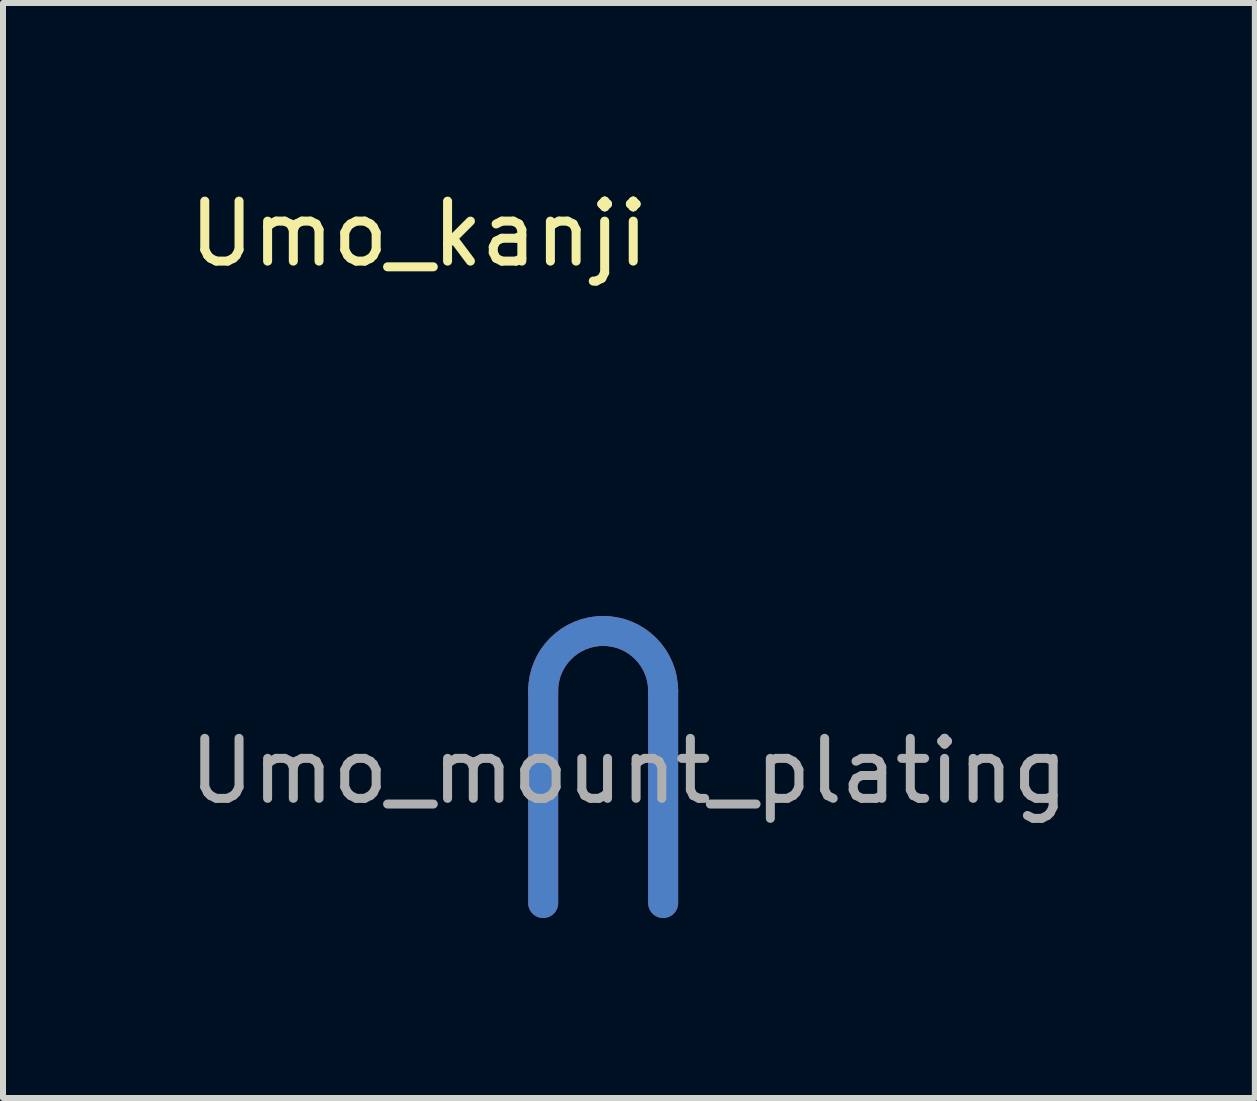
<source format=kicad_pcb>
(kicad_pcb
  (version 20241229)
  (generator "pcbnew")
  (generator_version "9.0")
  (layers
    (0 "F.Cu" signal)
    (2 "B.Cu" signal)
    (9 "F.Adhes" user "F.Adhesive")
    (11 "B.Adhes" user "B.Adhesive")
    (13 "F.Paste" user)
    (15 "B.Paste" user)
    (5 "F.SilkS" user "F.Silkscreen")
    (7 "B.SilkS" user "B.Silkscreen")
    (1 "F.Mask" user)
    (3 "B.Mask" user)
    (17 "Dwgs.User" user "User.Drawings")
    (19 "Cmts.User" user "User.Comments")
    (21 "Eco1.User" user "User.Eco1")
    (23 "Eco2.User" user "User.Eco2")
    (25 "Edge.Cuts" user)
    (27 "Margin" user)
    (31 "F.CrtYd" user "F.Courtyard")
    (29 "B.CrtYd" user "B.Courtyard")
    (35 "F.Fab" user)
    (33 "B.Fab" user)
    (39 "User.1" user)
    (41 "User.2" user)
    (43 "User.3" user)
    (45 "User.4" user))
  (footprint "Umo_kanji"
    (layer "F.Cu")
    (at 3.935 0.348)
    (property "Reference" "Umo_kanji" (at 0 0.5 0) (layer "F.SilkS") (effects (font (size 1 1) (thickness 0.15))))
    (attr through_hole)
    (fp_line (start -3.138 3.146) (end -2.281 2.666) (stroke (width 0.1) (type solid)) (layer "F.Mask"))
    (fp_line (start -3.05 3.15) (end -2.34 2.77) (stroke (width 0.12) (type solid)) (layer "F.Mask"))
    (fp_line (start -2.998 1.597) (end -1.943 1.597) (stroke (width 0.1) (type solid)) (layer "F.Mask"))
    (fp_line (start -2.998 1.793) (end -2.998 1.597) (stroke (width 0.1) (type solid)) (layer "F.Mask"))
    (fp_line (start -2.996 2.038) (end -2.824 1.923) (stroke (width 0.1) (type solid)) (layer "F.Mask"))
    (fp_line (start -2.98 1.64) (end -1.98 1.65) (stroke (width 0.12) (type solid)) (layer "F.Mask"))
    (fp_line (start -2.976 3.309) (end -3.138 3.146) (stroke (width 0.1) (type solid)) (layer "F.Mask"))
    (fp_line (start -2.86 1.99) (end -2.43 2.49) (stroke (width 0.12) (type solid)) (layer "F.Mask"))
    (fp_line (start -2.824 1.923) (end -2.341 2.514) (stroke (width 0.1) (type solid)) (layer "F.Mask"))
    (fp_line (start -2.517 2.613) (end -2.996 2.038) (stroke (width 0.1) (type solid)) (layer "F.Mask"))
    (fp_line (start -2.51 2.53) (end -2.91 2.06) (stroke (width 0.12) (type solid)) (layer "F.Mask"))
    (fp_line (start -2.509 3.62) (end -2.293 3.628) (stroke (width 0.1) (type solid)) (layer "F.Mask"))
    (fp_line (start -2.44 3.67) (end -2.26 3.67) (stroke (width 0.12) (type solid)) (layer "F.Mask"))
    (fp_line (start -2.44 3.82) (end -2.509 3.62) (stroke (width 0.1) (type solid)) (layer "F.Mask"))
    (fp_line (start -2.43 2.49) (end -2.51 2.53) (stroke (width 0.12) (type solid)) (layer "F.Mask"))
    (fp_line (start -2.38 2.88) (end -2.98 3.21) (stroke (width 0.12) (type solid)) (layer "F.Mask"))
    (fp_line (start -2.38 3.75) (end -2.44 3.67) (stroke (width 0.12) (type solid)) (layer "F.Mask"))
    (fp_line (start -2.341 2.514) (end -2.517 2.613) (stroke (width 0.1) (type solid)) (layer "F.Mask"))
    (fp_line (start -2.34 2.77) (end -2.38 2.88) (stroke (width 0.12) (type solid)) (layer "F.Mask"))
    (fp_line (start -2.293 3.628) (end -2.145 3.521) (stroke (width 0.1) (type solid)) (layer "F.Mask"))
    (fp_line (start -2.281 2.666) (end -2.281 2.888) (stroke (width 0.1) (type solid)) (layer "F.Mask"))
    (fp_line (start -2.281 2.888) (end -2.976 3.309) (stroke (width 0.1) (type solid)) (layer "F.Mask"))
    (fp_line (start -2.26 3.67) (end -2.11 3.59) (stroke (width 0.12) (type solid)) (layer "F.Mask"))
    (fp_line (start -2.242 3.817) (end -2.44 3.82) (stroke (width 0.1) (type solid)) (layer "F.Mask"))
    (fp_line (start -2.22 3.74) (end -2.38 3.75) (stroke (width 0.12) (type solid)) (layer "F.Mask"))
    (fp_line (start -2.145 1.793) (end -2.998 1.793) (stroke (width 0.1) (type solid)) (layer "F.Mask"))
    (fp_line (start -2.145 3.521) (end -2.145 1.793) (stroke (width 0.1) (type solid)) (layer "F.Mask"))
    (fp_line (start -2.11 3.59) (end -2.06 3.42) (stroke (width 0.12) (type solid)) (layer "F.Mask"))
    (fp_line (start -2.08 3.05) (end -2.07 1.71) (stroke (width 0.12) (type solid)) (layer "F.Mask"))
    (fp_line (start -2.07 1.71) (end -2.93 1.72) (stroke (width 0.12) (type solid)) (layer "F.Mask"))
    (fp_line (start -2.06 3.42) (end -2.08 3.05) (stroke (width 0.12) (type solid)) (layer "F.Mask"))
    (fp_line (start -2.04 3.65) (end -2.22 3.74) (stroke (width 0.12) (type solid)) (layer "F.Mask"))
    (fp_line (start -2.009 3.729) (end -2.242 3.817) (stroke (width 0.1) (type solid)) (layer "F.Mask"))
    (fp_line (start -1.98 1.65) (end -1.98 3.52) (stroke (width 0.12) (type solid)) (layer "F.Mask"))
    (fp_line (start -1.98 3.52) (end -2.04 3.65) (stroke (width 0.12) (type solid)) (layer "F.Mask"))
    (fp_line (start -1.943 1.597) (end -1.943 3.562) (stroke (width 0.1) (type solid)) (layer "F.Mask"))
    (fp_line (start -1.943 3.562) (end -2.009 3.729) (stroke (width 0.1) (type solid)) (layer "F.Mask"))
    (fp_line (start -1.828 3.122) (end -1.306 2.841) (stroke (width 0.1) (type solid)) (layer "F.Mask"))
    (fp_line (start -1.75 3.11) (end -1.65 3.18) (stroke (width 0.12) (type solid)) (layer "F.Mask"))
    (fp_line (start -1.702 1.595) (end -0.68 1.595) (stroke (width 0.1) (type solid)) (layer "F.Mask"))
    (fp_line (start -1.702 1.791) (end -1.702 1.595) (stroke (width 0.1) (type solid)) (layer "F.Mask"))
    (fp_line (start -1.69 1.999) (end -1.522 1.897) (stroke (width 0.1) (type solid)) (layer "F.Mask"))
    (fp_line (start -1.665 3.266) (end -1.828 3.122) (stroke (width 0.1) (type solid)) (layer "F.Mask"))
    (fp_line (start -1.66 1.66) (end -0.73 1.66) (stroke (width 0.12) (type solid)) (layer "F.Mask"))
    (fp_line (start -1.65 3.18) (end -1.06 2.88) (stroke (width 0.12) (type solid)) (layer "F.Mask"))
    (fp_line (start -1.55 1.96) (end -1.16 2.48) (stroke (width 0.12) (type solid)) (layer "F.Mask"))
    (fp_line (start -1.522 1.897) (end -1.075 2.512) (stroke (width 0.1) (type solid)) (layer "F.Mask"))
    (fp_line (start -1.459 3.152) (end -1.665 3.266) (stroke (width 0.1) (type solid)) (layer "F.Mask"))
    (fp_line (start -1.306 2.841) (end -1.014 2.676) (stroke (width 0.1) (type solid)) (layer "F.Mask"))
    (fp_line (start -1.28 2.5) (end -1.59 2.02) (stroke (width 0.12) (type solid)) (layer "F.Mask"))
    (fp_line (start -1.261 2.597) (end -1.69 1.999) (stroke (width 0.1) (type solid)) (layer "F.Mask"))
    (fp_line (start -1.252 3.618) (end -1.047 3.626) (stroke (width 0.1) (type solid)) (layer "F.Mask"))
    (fp_line (start -1.185 3.818) (end -1.252 3.618) (stroke (width 0.1) (type solid)) (layer "F.Mask"))
    (fp_line (start -1.16 2.48) (end -1.28 2.5) (stroke (width 0.12) (type solid)) (layer "F.Mask"))
    (fp_line (start -1.13 3.69) (end -0.95 3.64) (stroke (width 0.12) (type solid)) (layer "F.Mask"))
    (fp_line (start -1.12 3.74) (end -1.13 3.69) (stroke (width 0.12) (type solid)) (layer "F.Mask"))
    (fp_line (start -1.075 2.512) (end -1.261 2.597) (stroke (width 0.1) (type solid)) (layer "F.Mask"))
    (fp_line (start -1.07 2.76) (end -1.66 3.08) (stroke (width 0.12) (type solid)) (layer "F.Mask"))
    (fp_line (start -1.06 2.88) (end -1.07 2.76) (stroke (width 0.12) (type solid)) (layer "F.Mask"))
    (fp_line (start -1.047 3.626) (end -0.884 3.549) (stroke (width 0.1) (type solid)) (layer "F.Mask"))
    (fp_line (start -1.014 2.676) (end -1.014 2.901) (stroke (width 0.1) (type solid)) (layer "F.Mask"))
    (fp_line (start -1.014 2.901) (end -1.459 3.152) (stroke (width 0.1) (type solid)) (layer "F.Mask"))
    (fp_line (start -0.988 3.818) (end -1.185 3.818) (stroke (width 0.1) (type solid)) (layer "F.Mask"))
    (fp_line (start -0.95 3.64) (end -0.85 3.58) (stroke (width 0.12) (type solid)) (layer "F.Mask"))
    (fp_line (start -0.9 3.72) (end -1.12 3.74) (stroke (width 0.12) (type solid)) (layer "F.Mask"))
    (fp_line (start -0.884 1.791) (end -1.702 1.791) (stroke (width 0.1) (type solid)) (layer "F.Mask"))
    (fp_line (start -0.884 3.549) (end -0.884 1.791) (stroke (width 0.1) (type solid)) (layer "F.Mask"))
    (fp_line (start -0.85 3.58) (end -0.82 1.74) (stroke (width 0.12) (type solid)) (layer "F.Mask"))
    (fp_line (start -0.82 1.74) (end -1.65 1.73) (stroke (width 0.12) (type solid)) (layer "F.Mask"))
    (fp_line (start -0.78 3.66) (end -0.9 3.72) (stroke (width 0.12) (type solid)) (layer "F.Mask"))
    (fp_line (start -0.752 3.729) (end -0.988 3.818) (stroke (width 0.1) (type solid)) (layer "F.Mask"))
    (fp_line (start -0.73 1.66) (end -0.73 3.53) (stroke (width 0.12) (type solid)) (layer "F.Mask"))
    (fp_line (start -0.73 3.53) (end -0.78 3.66) (stroke (width 0.12) (type solid)) (layer "F.Mask"))
    (fp_line (start -0.68 1.595) (end -0.68 3.546) (stroke (width 0.1) (type solid)) (layer "F.Mask"))
    (fp_line (start -0.68 3.546) (end -0.752 3.729) (stroke (width 0.1) (type solid)) (layer "F.Mask"))
    (fp_line (start 0.139 1.78) (end 2.018 1.499) (stroke (width 0.1) (type solid)) (layer "F.Mask"))
    (fp_line (start 0.16 2.994) (end 1.04 2.891) (stroke (width 0.1) (type solid)) (layer "F.Mask"))
    (fp_line (start 0.185 3.198) (end 0.16 2.994) (stroke (width 0.1) (type solid)) (layer "F.Mask"))
    (fp_line (start 0.21 3.05) (end 1.19 2.96) (stroke (width 0.12) (type solid)) (layer "F.Mask"))
    (fp_line (start 0.22 1.83) (end 2.02 1.54) (stroke (width 0.12) (type solid)) (layer "F.Mask"))
    (fp_line (start 0.265 1.982) (end 0.139 1.78) (stroke (width 0.1) (type solid)) (layer "F.Mask"))
    (fp_line (start 0.286 2.38) (end 1.04 2.292) (stroke (width 0.1) (type solid)) (layer "F.Mask"))
    (fp_line (start 0.29 1.89) (end 1.61 1.73) (stroke (width 0.12) (type solid)) (layer "F.Mask"))
    (fp_line (start 0.303 2.581) (end 0.286 2.38) (stroke (width 0.1) (type solid)) (layer "F.Mask"))
    (fp_line (start 0.35 2.41) (end 2.02 2.24) (stroke (width 0.12) (type solid)) (layer "F.Mask"))
    (fp_line (start 0.91 1.89) (end 1.13 1.86) (stroke (width 0.12) (type solid)) (layer "F.Mask"))
    (fp_line (start 1.04 1.918) (end 0.265 1.982) (stroke (width 0.1) (type solid)) (layer "F.Mask"))
    (fp_line (start 1.04 2.292) (end 1.04 1.918) (stroke (width 0.1) (type solid)) (layer "F.Mask"))
    (fp_line (start 1.04 2.495) (end 0.303 2.581) (stroke (width 0.1) (type solid)) (layer "F.Mask"))
    (fp_line (start 1.04 2.891) (end 1.04 2.495) (stroke (width 0.1) (type solid)) (layer "F.Mask"))
    (fp_line (start 1.04 3.096) (end 0.185 3.198) (stroke (width 0.1) (type solid)) (layer "F.Mask"))
    (fp_line (start 1.04 3.489) (end 1.04 3.096) (stroke (width 0.1) (type solid)) (layer "F.Mask"))
    (fp_line (start 1.07 3.02) (end 0.24 3.12) (stroke (width 0.12) (type solid)) (layer "F.Mask"))
    (fp_line (start 1.13 1.86) (end 1.14 3.47) (stroke (width 0.12) (type solid)) (layer "F.Mask"))
    (fp_line (start 1.14 3.47) (end 1.29 3.62) (stroke (width 0.12) (type solid)) (layer "F.Mask"))
    (fp_line (start 1.19 1.78) (end 1.2 2.21) (stroke (width 0.12) (type solid)) (layer "F.Mask"))
    (fp_line (start 1.19 2.89) (end 2.25 2.82) (stroke (width 0.12) (type solid)) (layer "F.Mask"))
    (fp_line (start 1.243 1.892) (end 1.243 2.273) (stroke (width 0.1) (type solid)) (layer "F.Mask"))
    (fp_line (start 1.243 2.273) (end 2.074 2.18) (stroke (width 0.1) (type solid)) (layer "F.Mask"))
    (fp_line (start 1.243 2.474) (end 1.243 2.866) (stroke (width 0.1) (type solid)) (layer "F.Mask"))
    (fp_line (start 1.243 2.866) (end 2.312 2.752) (stroke (width 0.1) (type solid)) (layer "F.Mask"))
    (fp_line (start 1.243 3.091) (end 1.243 3.457) (stroke (width 0.1) (type solid)) (layer "F.Mask"))
    (fp_line (start 1.243 3.457) (end 1.355 3.562) (stroke (width 0.1) (type solid)) (layer "F.Mask"))
    (fp_line (start 1.29 3.62) (end 1.64 3.62) (stroke (width 0.12) (type solid)) (layer "F.Mask"))
    (fp_line (start 1.315 3.756) (end 1.04 3.489) (stroke (width 0.1) (type solid)) (layer "F.Mask"))
    (fp_line (start 1.355 3.562) (end 2.049 3.562) (stroke (width 0.1) (type solid)) (layer "F.Mask"))
    (fp_line (start 1.61 1.73) (end 0.91 1.89) (stroke (width 0.12) (type solid)) (layer "F.Mask"))
    (fp_line (start 1.64 3.62) (end 2.04 3.59) (stroke (width 0.12) (type solid)) (layer "F.Mask"))
    (fp_line (start 2 3.69) (end 1.33 3.68) (stroke (width 0.12) (type solid)) (layer "F.Mask"))
    (fp_line (start 2.018 1.499) (end 2.167 1.65) (stroke (width 0.1) (type solid)) (layer "F.Mask"))
    (fp_line (start 2.02 1.54) (end 2.02 1.61) (stroke (width 0.12) (type solid)) (layer "F.Mask"))
    (fp_line (start 2.02 1.61) (end 0.29 1.89) (stroke (width 0.12) (type solid)) (layer "F.Mask"))
    (fp_line (start 2.034 3.756) (end 1.315 3.756) (stroke (width 0.1) (type solid)) (layer "F.Mask"))
    (fp_line (start 2.04 3.59) (end 2.23 3.5) (stroke (width 0.12) (type solid)) (layer "F.Mask"))
    (fp_line (start 2.049 3.562) (end 2.19 3.461) (stroke (width 0.1) (type solid)) (layer "F.Mask"))
    (fp_line (start 2.05 2.31) (end 0.35 2.51) (stroke (width 0.12) (type solid)) (layer "F.Mask"))
    (fp_line (start 2.074 2.18) (end 2.074 2.38) (stroke (width 0.1) (type solid)) (layer "F.Mask"))
    (fp_line (start 2.074 2.38) (end 1.243 2.474) (stroke (width 0.1) (type solid)) (layer "F.Mask"))
    (fp_line (start 2.167 1.65) (end 1.243 1.892) (stroke (width 0.1) (type solid)) (layer "F.Mask"))
    (fp_line (start 2.19 3.461) (end 2.253 3.086) (stroke (width 0.1) (type solid)) (layer "F.Mask"))
    (fp_line (start 2.23 3.5) (end 2.3 3.17) (stroke (width 0.12) (type solid)) (layer "F.Mask"))
    (fp_line (start 2.24 2.9) (end 1.16 3.01) (stroke (width 0.12) (type solid)) (layer "F.Mask"))
    (fp_line (start 2.25 2.82) (end 2.24 2.9) (stroke (width 0.12) (type solid)) (layer "F.Mask"))
    (fp_line (start 2.253 3.086) (end 2.45 3.169) (stroke (width 0.1) (type solid)) (layer "F.Mask"))
    (fp_line (start 2.27 3.57) (end 2 3.69) (stroke (width 0.12) (type solid)) (layer "F.Mask"))
    (fp_line (start 2.3 3.17) (end 2.36 3.19) (stroke (width 0.12) (type solid)) (layer "F.Mask"))
    (fp_line (start 2.312 2.752) (end 2.33 2.955) (stroke (width 0.1) (type solid)) (layer "F.Mask"))
    (fp_line (start 2.319 3.607) (end 2.034 3.756) (stroke (width 0.1) (type solid)) (layer "F.Mask"))
    (fp_line (start 2.33 2.955) (end 1.243 3.091) (stroke (width 0.1) (type solid)) (layer "F.Mask"))
    (fp_line (start 2.36 3.19) (end 2.27 3.57) (stroke (width 0.12) (type solid)) (layer "F.Mask"))
    (fp_line (start 2.45 3.169) (end 2.319 3.607) (stroke (width 0.1) (type solid)) (layer "F.Mask")))
  (footprint "Umo_mount_plating"
    (layer "F.Cu")
    (at 7.435 9.304)
    (property "Reference" "Umo_mount_plating" (at 0 0.5 0) (layer "F.Fab") (effects (font (size 1 1) (thickness 0.15))))
    (attr through_hole)
    (fp_line (start -1.43 -0.836) (end -1.43 2.7) (stroke (width 0.5) (type solid)) (layer "F.Cu"))
    (fp_line (start 0.57 2.7) (end 0.57 -0.836) (stroke (width 0.5) (type solid)) (layer "F.Cu"))
    (fp_arc (start -1.43 -0.835498) (mid -0.430018 -1.835516) (end 0.57 -0.835534) (stroke (width 0.5) (type solid)) (layer "F.Cu"))
    (fp_line (start -1.43 -0.836) (end -1.43 2.7) (stroke (width 0.5) (type solid)) (layer "F.Mask"))
    (fp_line (start 0.57 2.7) (end 0.57 -0.836) (stroke (width 0.5) (type solid)) (layer "F.Mask"))
    (fp_arc (start -1.43 -0.835498) (mid -0.430018 -1.835516) (end 0.57 -0.835534) (stroke (width 0.5) (type solid)) (layer "F.Mask"))
    (fp_line (start -1.43 -0.836) (end -1.43 2.7) (stroke (width 0.5) (type solid)) (layer "B.Cu"))
    (fp_line (start 0.57 2.7) (end 0.57 -0.836) (stroke (width 0.5) (type solid)) (layer "B.Cu"))
    (fp_arc (start -1.43 -0.835498) (mid -0.430018 -1.835516) (end 0.57 -0.835534) (stroke (width 0.5) (type solid)) (layer "B.Cu"))
    (fp_line (start -1.43 -0.836) (end -1.43 2.7) (stroke (width 0.5) (type solid)) (layer "B.Mask"))
    (fp_line (start 0.57 2.7) (end 0.57 -0.836) (stroke (width 0.5) (type solid)) (layer "B.Mask"))
    (fp_arc (start -1.43 -0.835498) (mid -0.430018 -1.835516) (end 0.57 -0.835534) (stroke (width 0.5) (type solid)) (layer "B.Mask")))
  (gr_rect
    (start -3 -3)
    (end 17.869 15.254)
    (stroke (width 0.1) (type default))
    (fill no)
    (layer "Edge.Cuts")))
</source>
